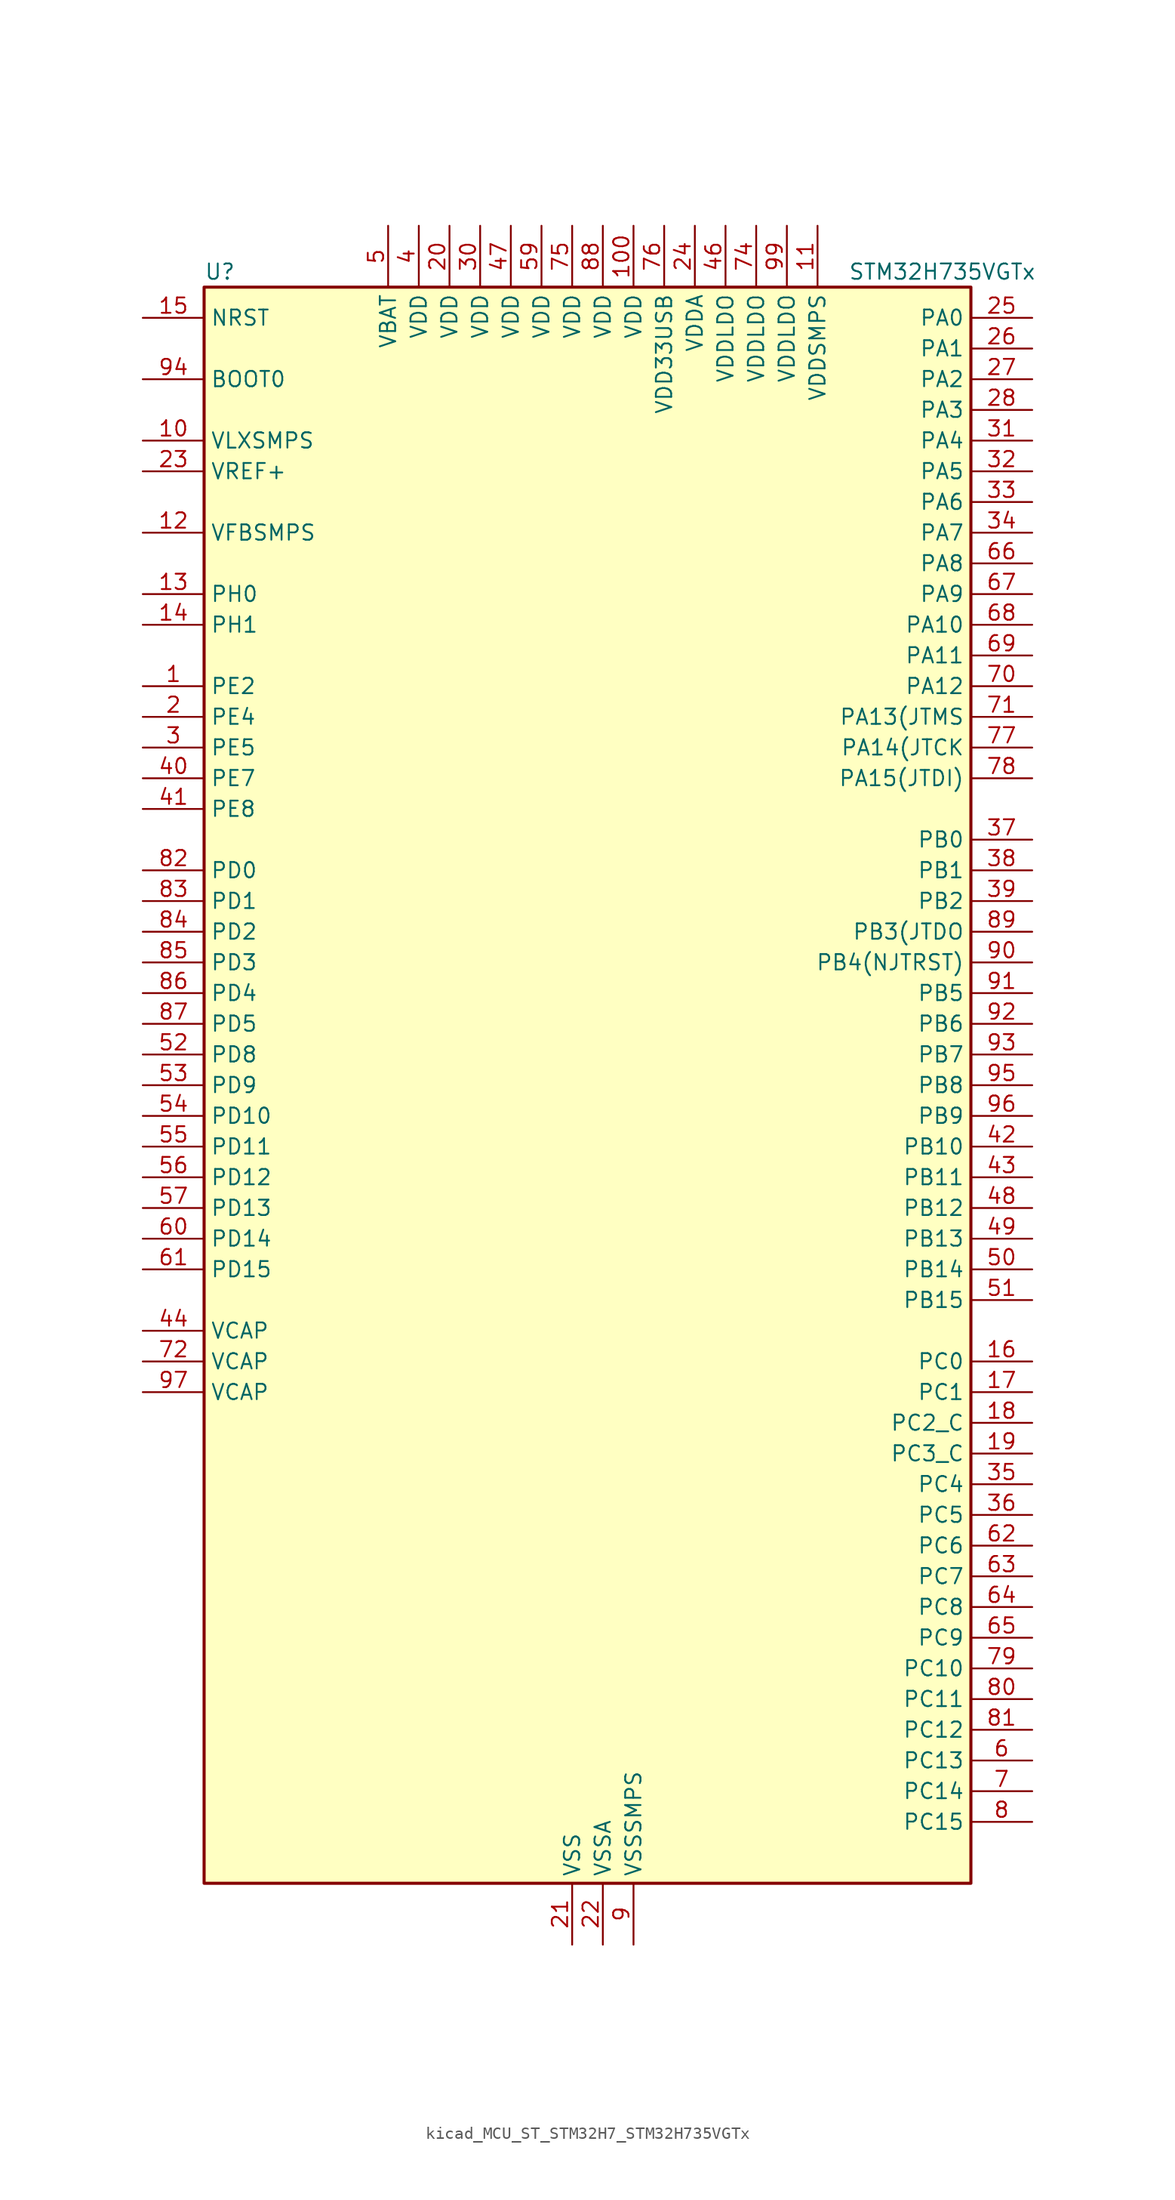
<source format=kicad_sym>
(kicad_symbol_lib
  (version 20220914)
  (generator kicad_symbol_editor)
  (symbol "kicad_MCU_ST_STM32H7_STM32H735VGTx"
    (property "Reference" "U"
      (at -30.48 67.31 0)
      (effects (font (size 1.27 1.27)) (justify left)))
    (property "Value" "STM32H735VGTx"
      (at 22.86 67.31 0)
      (effects (font (size 1.27 1.27)) (justify left)))
    (property "ki_locked" ""
      (at 0 0 0)
      (effects (font (size 1.27 1.27))))
    (symbol "kicad_MCU_ST_STM32H7_STM32H735VGTx_0_1"
      (rectangle (start -30.48 -66.04) (end 33.02 66.04) (stroke (width 0.254) (type default)) (fill (type background))))
    (symbol "kicad_MCU_ST_STM32H7_STM32H735VGTx_1_1"
      (pin bidirectional line (at -35.56 33.02 0) (length 5.08) (name "PE2" (effects (font (size 1.27 1.27)))) (number "1" (effects (font (size 1.27 1.27)))) (alternate "DEBUG_TRACECLK" bidirectional line) (alternate "ETH_TXD3" bidirectional line) (alternate "FMC_A23" bidirectional line) (alternate "OCTOSPIM_P1_IO2" bidirectional line) (alternate "SAI1_CK1" bidirectional line) (alternate "SAI1_MCLK_A" bidirectional line) (alternate "SAI4_CK1" bidirectional line) (alternate "SAI4_MCLK_A" bidirectional line) (alternate "SPI4_SCK" bidirectional line))
      (pin power_in line (at -35.56 53.34 0) (length 5.08) (name "VLXSMPS" (effects (font (size 1.27 1.27)))) (number "10" (effects (font (size 1.27 1.27)))))
      (pin power_in line (at 5.08 71.12 270) (length 5.08) (name "VDD" (effects (font (size 1.27 1.27)))) (number "100" (effects (font (size 1.27 1.27)))))
      (pin power_in line (at 20.32 71.12 270) (length 5.08) (name "VDDSMPS" (effects (font (size 1.27 1.27)))) (number "11" (effects (font (size 1.27 1.27)))))
      (pin input line (at -35.56 45.72 0) (length 5.08) (name "VFBSMPS" (effects (font (size 1.27 1.27)))) (number "12" (effects (font (size 1.27 1.27)))))
      (pin bidirectional line (at -35.56 40.64 0) (length 5.08) (name "PH0" (effects (font (size 1.27 1.27)))) (number "13" (effects (font (size 1.27 1.27)))) (alternate "RCC_OSC_IN" bidirectional line))
      (pin bidirectional line (at -35.56 38.1 0) (length 5.08) (name "PH1" (effects (font (size 1.27 1.27)))) (number "14" (effects (font (size 1.27 1.27)))) (alternate "RCC_OSC_OUT" bidirectional line))
      (pin input line (at -35.56 63.5 0) (length 5.08) (name "NRST" (effects (font (size 1.27 1.27)))) (number "15" (effects (font (size 1.27 1.27)))))
      (pin bidirectional line (at 38.1 -22.86 180) (length 5.08) (name "PC0" (effects (font (size 1.27 1.27)))) (number "16" (effects (font (size 1.27 1.27)))) (alternate "ADC1_INP10" bidirectional line) (alternate "ADC2_INP10" bidirectional line) (alternate "ADC3_INP10" bidirectional line) (alternate "DFSDM1_CKIN0" bidirectional line) (alternate "DFSDM1_DATIN4" bidirectional line) (alternate "FMC_A25" bidirectional line) (alternate "FMC_D12" bidirectional line) (alternate "FMC_DA12" bidirectional line) (alternate "FMC_SDNWE" bidirectional line) (alternate "LTDC_G2" bidirectional line) (alternate "LTDC_R5" bidirectional line) (alternate "SAI4_FS_B" bidirectional line) (alternate "USB_OTG_HS_ULPI_STP" bidirectional line))
      (pin bidirectional line (at 38.1 -25.4 180) (length 5.08) (name "PC1" (effects (font (size 1.27 1.27)))) (number "17" (effects (font (size 1.27 1.27)))) (alternate "ADC1_INN10" bidirectional line) (alternate "ADC1_INP11" bidirectional line) (alternate "ADC2_INN10" bidirectional line) (alternate "ADC2_INP11" bidirectional line) (alternate "ADC3_INN10" bidirectional line) (alternate "ADC3_INP11" bidirectional line) (alternate "DEBUG_TRACED0" bidirectional line) (alternate "DFSDM1_CKIN4" bidirectional line) (alternate "DFSDM1_DATIN0" bidirectional line) (alternate "ETH_MDC" bidirectional line) (alternate "I2S2_SDO" bidirectional line) (alternate "LTDC_G5" bidirectional line) (alternate "MDIOS_MDC" bidirectional line) (alternate "OCTOSPIM_P1_IO4" bidirectional line) (alternate "PWR_WKUP6" bidirectional line) (alternate "RTC_TAMP3" bidirectional line) (alternate "SAI1_D1" bidirectional line) (alternate "SAI1_SD_A" bidirectional line) (alternate "SAI4_D1" bidirectional line) (alternate "SAI4_SD_A" bidirectional line) (alternate "SDMMC2_CK" bidirectional line) (alternate "SPI2_MOSI" bidirectional line))
      (pin bidirectional line (at 38.1 -27.94 180) (length 5.08) (name "PC2_C" (effects (font (size 1.27 1.27)))) (number "18" (effects (font (size 1.27 1.27)))) (alternate "ADC3_INN1" bidirectional line) (alternate "ADC3_INP0" bidirectional line) (alternate "DFSDM1_CKIN1" bidirectional line) (alternate "DFSDM1_CKOUT" bidirectional line) (alternate "ETH_TXD2" bidirectional line) (alternate "FMC_SDNE0" bidirectional line) (alternate "I2S2_SDI" bidirectional line) (alternate "OCTOSPIM_P1_IO2" bidirectional line) (alternate "OCTOSPIM_P1_IO5" bidirectional line) (alternate "PWR_CSTOP" bidirectional line) (alternate "SPI2_MISO" bidirectional line) (alternate "USB_OTG_HS_ULPI_DIR" bidirectional line))
      (pin bidirectional line (at 38.1 -30.48 180) (length 5.08) (name "PC3_C" (effects (font (size 1.27 1.27)))) (number "19" (effects (font (size 1.27 1.27)))) (alternate "ADC3_INP1" bidirectional line) (alternate "DFSDM1_DATIN1" bidirectional line) (alternate "ETH_TX_CLK" bidirectional line) (alternate "FMC_SDCKE0" bidirectional line) (alternate "I2S2_SDO" bidirectional line) (alternate "OCTOSPIM_P1_IO0" bidirectional line) (alternate "OCTOSPIM_P1_IO6" bidirectional line) (alternate "PWR_CSLEEP" bidirectional line) (alternate "SPI2_MOSI" bidirectional line) (alternate "USB_OTG_HS_ULPI_NXT" bidirectional line))
      (pin bidirectional line (at -35.56 30.48 0) (length 5.08) (name "PE4" (effects (font (size 1.27 1.27)))) (number "2" (effects (font (size 1.27 1.27)))) (alternate "DCMI_D4" bidirectional line) (alternate "DEBUG_TRACED1" bidirectional line) (alternate "DFSDM1_DATIN3" bidirectional line) (alternate "FMC_A20" bidirectional line) (alternate "LTDC_B0" bidirectional line) (alternate "PSSI_D4" bidirectional line) (alternate "SAI1_D2" bidirectional line) (alternate "SAI1_FS_A" bidirectional line) (alternate "SAI4_D2" bidirectional line) (alternate "SAI4_FS_A" bidirectional line) (alternate "SPI4_NSS" bidirectional line) (alternate "TIM15_CH1N" bidirectional line))
      (pin power_in line (at -10.16 71.12 270) (length 5.08) (name "VDD" (effects (font (size 1.27 1.27)))) (number "20" (effects (font (size 1.27 1.27)))))
      (pin power_in line (at 0 -71.12 90) (length 5.08) (name "VSS" (effects (font (size 1.27 1.27)))) (number "21" (effects (font (size 1.27 1.27)))))
      (pin power_in line (at 2.54 -71.12 90) (length 5.08) (name "VSSA" (effects (font (size 1.27 1.27)))) (number "22" (effects (font (size 1.27 1.27)))))
      (pin input line (at -35.56 50.8 0) (length 5.08) (name "VREF+" (effects (font (size 1.27 1.27)))) (number "23" (effects (font (size 1.27 1.27)))) (alternate "VREFBUF_OUT" bidirectional line))
      (pin power_in line (at 10.16 71.12 270) (length 5.08) (name "VDDA" (effects (font (size 1.27 1.27)))) (number "24" (effects (font (size 1.27 1.27)))))
      (pin bidirectional line (at 38.1 63.5 180) (length 5.08) (name "PA0" (effects (font (size 1.27 1.27)))) (number "25" (effects (font (size 1.27 1.27)))) (alternate "ADC1_INP16" bidirectional line) (alternate "ETH_CRS" bidirectional line) (alternate "FMC_A19" bidirectional line) (alternate "I2S6_WS" bidirectional line) (alternate "PWR_WKUP1" bidirectional line) (alternate "SAI4_SD_B" bidirectional line) (alternate "SDMMC2_CMD" bidirectional line) (alternate "SPI6_NSS" bidirectional line) (alternate "TIM15_BKIN" bidirectional line) (alternate "TIM2_CH1" bidirectional line) (alternate "TIM2_ETR" bidirectional line) (alternate "TIM5_CH1" bidirectional line) (alternate "TIM8_ETR" bidirectional line) (alternate "UART4_TX" bidirectional line) (alternate "USART2_CTS" bidirectional line) (alternate "USART2_NSS" bidirectional line))
      (pin bidirectional line (at 38.1 60.96 180) (length 5.08) (name "PA1" (effects (font (size 1.27 1.27)))) (number "26" (effects (font (size 1.27 1.27)))) (alternate "ADC1_INN16" bidirectional line) (alternate "ADC1_INP17" bidirectional line) (alternate "ETH_REF_CLK" bidirectional line) (alternate "ETH_RX_CLK" bidirectional line) (alternate "LPTIM3_OUT" bidirectional line) (alternate "LTDC_R2" bidirectional line) (alternate "OCTOSPIM_P1_DQS" bidirectional line) (alternate "OCTOSPIM_P1_IO3" bidirectional line) (alternate "SAI4_MCLK_B" bidirectional line) (alternate "TIM15_CH1N" bidirectional line) (alternate "TIM2_CH2" bidirectional line) (alternate "TIM5_CH2" bidirectional line) (alternate "UART4_RX" bidirectional line) (alternate "USART2_DE" bidirectional line) (alternate "USART2_RTS" bidirectional line))
      (pin bidirectional line (at 38.1 58.42 180) (length 5.08) (name "PA2" (effects (font (size 1.27 1.27)))) (number "27" (effects (font (size 1.27 1.27)))) (alternate "ADC1_INP14" bidirectional line) (alternate "ADC2_INP14" bidirectional line) (alternate "ETH_MDIO" bidirectional line) (alternate "LPTIM4_OUT" bidirectional line) (alternate "LTDC_R1" bidirectional line) (alternate "MDIOS_MDIO" bidirectional line) (alternate "OCTOSPIM_P1_IO0" bidirectional line) (alternate "PWR_WKUP2" bidirectional line) (alternate "SAI4_SCK_B" bidirectional line) (alternate "TIM15_CH1" bidirectional line) (alternate "TIM2_CH3" bidirectional line) (alternate "TIM5_CH3" bidirectional line) (alternate "USART2_TX" bidirectional line))
      (pin bidirectional line (at 38.1 55.88 180) (length 5.08) (name "PA3" (effects (font (size 1.27 1.27)))) (number "28" (effects (font (size 1.27 1.27)))) (alternate "ADC1_INP15" bidirectional line) (alternate "ADC2_INP15" bidirectional line) (alternate "ETH_COL" bidirectional line) (alternate "I2S6_MCK" bidirectional line) (alternate "LPTIM5_OUT" bidirectional line) (alternate "LTDC_B2" bidirectional line) (alternate "LTDC_B5" bidirectional line) (alternate "OCTOSPIM_P1_CLK" bidirectional line) (alternate "OCTOSPIM_P1_IO2" bidirectional line) (alternate "TIM15_CH2" bidirectional line) (alternate "TIM2_CH4" bidirectional line) (alternate "TIM5_CH4" bidirectional line) (alternate "USART2_RX" bidirectional line) (alternate "USB_OTG_HS_ULPI_D0" bidirectional line))
      (pin passive line (at 0 -71.12 90) (length 5.08) hide (name "VSS" (effects (font (size 1.27 1.27)))) (number "29" (effects (font (size 1.27 1.27)))))
      (pin bidirectional line (at -35.56 27.94 0) (length 5.08) (name "PE5" (effects (font (size 1.27 1.27)))) (number "3" (effects (font (size 1.27 1.27)))) (alternate "DCMI_D6" bidirectional line) (alternate "DEBUG_TRACED2" bidirectional line) (alternate "DFSDM1_CKIN3" bidirectional line) (alternate "FMC_A21" bidirectional line) (alternate "LTDC_G0" bidirectional line) (alternate "PSSI_D6" bidirectional line) (alternate "SAI1_CK2" bidirectional line) (alternate "SAI1_SCK_A" bidirectional line) (alternate "SAI4_CK2" bidirectional line) (alternate "SAI4_SCK_A" bidirectional line) (alternate "SPI4_MISO" bidirectional line) (alternate "TIM15_CH1" bidirectional line))
      (pin power_in line (at -7.62 71.12 270) (length 5.08) (name "VDD" (effects (font (size 1.27 1.27)))) (number "30" (effects (font (size 1.27 1.27)))))
      (pin bidirectional line (at 38.1 53.34 180) (length 5.08) (name "PA4" (effects (font (size 1.27 1.27)))) (number "31" (effects (font (size 1.27 1.27)))) (alternate "ADC1_INP18" bidirectional line) (alternate "ADC2_INP18" bidirectional line) (alternate "DAC1_OUT1" bidirectional line) (alternate "DCMI_HSYNC" bidirectional line) (alternate "FMC_D8" bidirectional line) (alternate "FMC_DA8" bidirectional line) (alternate "I2S1_WS" bidirectional line) (alternate "I2S3_WS" bidirectional line) (alternate "I2S6_WS" bidirectional line) (alternate "LTDC_VSYNC" bidirectional line) (alternate "PSSI_DE" bidirectional line) (alternate "SPI1_NSS" bidirectional line) (alternate "SPI3_NSS" bidirectional line) (alternate "SPI6_NSS" bidirectional line) (alternate "TIM5_ETR" bidirectional line) (alternate "USART2_CK" bidirectional line))
      (pin bidirectional line (at 38.1 50.8 180) (length 5.08) (name "PA5" (effects (font (size 1.27 1.27)))) (number "32" (effects (font (size 1.27 1.27)))) (alternate "ADC1_INN18" bidirectional line) (alternate "ADC1_INP19" bidirectional line) (alternate "ADC2_INN18" bidirectional line) (alternate "ADC2_INP19" bidirectional line) (alternate "DAC1_OUT2" bidirectional line) (alternate "FMC_D9" bidirectional line) (alternate "FMC_DA9" bidirectional line) (alternate "I2S1_CK" bidirectional line) (alternate "I2S6_CK" bidirectional line) (alternate "LTDC_R4" bidirectional line) (alternate "PSSI_D14" bidirectional line) (alternate "PWR_NDSTOP2" bidirectional line) (alternate "SPI1_SCK" bidirectional line) (alternate "SPI6_SCK" bidirectional line) (alternate "TIM2_CH1" bidirectional line) (alternate "TIM2_ETR" bidirectional line) (alternate "TIM8_CH1N" bidirectional line) (alternate "USB_OTG_HS_ULPI_CK" bidirectional line))
      (pin bidirectional line (at 38.1 48.26 180) (length 5.08) (name "PA6" (effects (font (size 1.27 1.27)))) (number "33" (effects (font (size 1.27 1.27)))) (alternate "ADC1_INP3" bidirectional line) (alternate "ADC2_INP3" bidirectional line) (alternate "DCMI_PIXCLK" bidirectional line) (alternate "I2S1_SDI" bidirectional line) (alternate "I2S6_SDI" bidirectional line) (alternate "LTDC_G2" bidirectional line) (alternate "MDIOS_MDC" bidirectional line) (alternate "OCTOSPIM_P1_IO3" bidirectional line) (alternate "PSSI_PDCK" bidirectional line) (alternate "SPI1_MISO" bidirectional line) (alternate "SPI6_MISO" bidirectional line) (alternate "TIM13_CH1" bidirectional line) (alternate "TIM1_BKIN" bidirectional line) (alternate "TIM1_BKIN_COMP1" bidirectional line) (alternate "TIM1_BKIN_COMP2" bidirectional line) (alternate "TIM3_CH1" bidirectional line) (alternate "TIM8_BKIN" bidirectional line) (alternate "TIM8_BKIN_COMP1" bidirectional line) (alternate "TIM8_BKIN_COMP2" bidirectional line))
      (pin bidirectional line (at 38.1 45.72 180) (length 5.08) (name "PA7" (effects (font (size 1.27 1.27)))) (number "34" (effects (font (size 1.27 1.27)))) (alternate "ADC1_INN3" bidirectional line) (alternate "ADC1_INP7" bidirectional line) (alternate "ADC2_INN3" bidirectional line) (alternate "ADC2_INP7" bidirectional line) (alternate "ETH_CRS_DV" bidirectional line) (alternate "ETH_RX_DV" bidirectional line) (alternate "FMC_SDNWE" bidirectional line) (alternate "I2S1_SDO" bidirectional line) (alternate "I2S6_SDO" bidirectional line) (alternate "LTDC_VSYNC" bidirectional line) (alternate "OCTOSPIM_P1_IO2" bidirectional line) (alternate "OPAMP1_VINM" bidirectional line) (alternate "SPI1_MOSI" bidirectional line) (alternate "SPI6_MOSI" bidirectional line) (alternate "TIM14_CH1" bidirectional line) (alternate "TIM1_CH1N" bidirectional line) (alternate "TIM3_CH2" bidirectional line) (alternate "TIM8_CH1N" bidirectional line))
      (pin bidirectional line (at 38.1 -33.02 180) (length 5.08) (name "PC4" (effects (font (size 1.27 1.27)))) (number "35" (effects (font (size 1.27 1.27)))) (alternate "ADC1_INP4" bidirectional line) (alternate "ADC2_INP4" bidirectional line) (alternate "COMP1_INM" bidirectional line) (alternate "DFSDM1_CKIN2" bidirectional line) (alternate "ETH_RXD0" bidirectional line) (alternate "FMC_A22" bidirectional line) (alternate "FMC_SDNE0" bidirectional line) (alternate "I2S1_MCK" bidirectional line) (alternate "LTDC_R7" bidirectional line) (alternate "OPAMP1_VOUT" bidirectional line) (alternate "SDMMC2_CKIN" bidirectional line) (alternate "SPDIFRX1_IN2" bidirectional line))
      (pin bidirectional line (at 38.1 -35.56 180) (length 5.08) (name "PC5" (effects (font (size 1.27 1.27)))) (number "36" (effects (font (size 1.27 1.27)))) (alternate "ADC1_INN4" bidirectional line) (alternate "ADC1_INP8" bidirectional line) (alternate "ADC2_INN4" bidirectional line) (alternate "ADC2_INP8" bidirectional line) (alternate "COMP1_OUT" bidirectional line) (alternate "DFSDM1_DATIN2" bidirectional line) (alternate "ETH_RXD1" bidirectional line) (alternate "FMC_SDCKE0" bidirectional line) (alternate "LTDC_DE" bidirectional line) (alternate "OCTOSPIM_P1_DQS" bidirectional line) (alternate "OPAMP1_VINM" bidirectional line) (alternate "PSSI_D15" bidirectional line) (alternate "SAI1_D3" bidirectional line) (alternate "SAI4_D3" bidirectional line) (alternate "SPDIFRX1_IN3" bidirectional line))
      (pin bidirectional line (at 38.1 20.32 180) (length 5.08) (name "PB0" (effects (font (size 1.27 1.27)))) (number "37" (effects (font (size 1.27 1.27)))) (alternate "ADC1_INN5" bidirectional line) (alternate "ADC1_INP9" bidirectional line) (alternate "ADC2_INN5" bidirectional line) (alternate "ADC2_INP9" bidirectional line) (alternate "COMP1_INP" bidirectional line) (alternate "DFSDM1_CKOUT" bidirectional line) (alternate "ETH_RXD2" bidirectional line) (alternate "LTDC_G1" bidirectional line) (alternate "LTDC_R3" bidirectional line) (alternate "OCTOSPIM_P1_IO1" bidirectional line) (alternate "OPAMP1_VINP" bidirectional line) (alternate "TIM1_CH2N" bidirectional line) (alternate "TIM3_CH3" bidirectional line) (alternate "TIM8_CH2N" bidirectional line) (alternate "UART4_CTS" bidirectional line) (alternate "USB_OTG_HS_ULPI_D1" bidirectional line))
      (pin bidirectional line (at 38.1 17.78 180) (length 5.08) (name "PB1" (effects (font (size 1.27 1.27)))) (number "38" (effects (font (size 1.27 1.27)))) (alternate "ADC1_INP5" bidirectional line) (alternate "ADC2_INP5" bidirectional line) (alternate "COMP1_INM" bidirectional line) (alternate "DFSDM1_DATIN1" bidirectional line) (alternate "ETH_RXD3" bidirectional line) (alternate "LTDC_G0" bidirectional line) (alternate "LTDC_R6" bidirectional line) (alternate "OCTOSPIM_P1_IO0" bidirectional line) (alternate "TIM1_CH3N" bidirectional line) (alternate "TIM3_CH4" bidirectional line) (alternate "TIM8_CH3N" bidirectional line) (alternate "USB_OTG_HS_ULPI_D2" bidirectional line))
      (pin bidirectional line (at 38.1 15.24 180) (length 5.08) (name "PB2" (effects (font (size 1.27 1.27)))) (number "39" (effects (font (size 1.27 1.27)))) (alternate "COMP1_INP" bidirectional line) (alternate "DFSDM1_CKIN1" bidirectional line) (alternate "ETH_TX_ER" bidirectional line) (alternate "I2S3_SDO" bidirectional line) (alternate "OCTOSPIM_P1_CLK" bidirectional line) (alternate "OCTOSPIM_P1_DQS" bidirectional line) (alternate "RTC_OUT_ALARM" bidirectional line) (alternate "RTC_OUT_CALIB" bidirectional line) (alternate "SAI1_D1" bidirectional line) (alternate "SAI1_SD_A" bidirectional line) (alternate "SAI4_D1" bidirectional line) (alternate "SAI4_SD_A" bidirectional line) (alternate "SPI3_MOSI" bidirectional line) (alternate "TIM23_ETR" bidirectional line))
      (pin power_in line (at -12.7 71.12 270) (length 5.08) (name "VDD" (effects (font (size 1.27 1.27)))) (number "4" (effects (font (size 1.27 1.27)))))
      (pin bidirectional line (at -35.56 25.4 0) (length 5.08) (name "PE7" (effects (font (size 1.27 1.27)))) (number "40" (effects (font (size 1.27 1.27)))) (alternate "COMP2_INM" bidirectional line) (alternate "DFSDM1_DATIN2" bidirectional line) (alternate "FMC_D4" bidirectional line) (alternate "FMC_DA4" bidirectional line) (alternate "OCTOSPIM_P1_IO4" bidirectional line) (alternate "OPAMP2_VOUT" bidirectional line) (alternate "TIM1_ETR" bidirectional line) (alternate "UART7_RX" bidirectional line))
      (pin bidirectional line (at -35.56 22.86 0) (length 5.08) (name "PE8" (effects (font (size 1.27 1.27)))) (number "41" (effects (font (size 1.27 1.27)))) (alternate "COMP2_OUT" bidirectional line) (alternate "DFSDM1_CKIN2" bidirectional line) (alternate "FMC_D5" bidirectional line) (alternate "FMC_DA5" bidirectional line) (alternate "OCTOSPIM_P1_IO5" bidirectional line) (alternate "OPAMP2_VINM" bidirectional line) (alternate "TIM1_CH1N" bidirectional line) (alternate "UART7_TX" bidirectional line))
      (pin bidirectional line (at 38.1 -5.08 180) (length 5.08) (name "PB10" (effects (font (size 1.27 1.27)))) (number "42" (effects (font (size 1.27 1.27)))) (alternate "DFSDM1_DATIN7" bidirectional line) (alternate "ETH_RX_ER" bidirectional line) (alternate "I2C2_SCL" bidirectional line) (alternate "I2S2_CK" bidirectional line) (alternate "LPTIM2_IN1" bidirectional line) (alternate "LTDC_G4" bidirectional line) (alternate "OCTOSPIM_P1_NCS" bidirectional line) (alternate "SPI2_SCK" bidirectional line) (alternate "TIM2_CH3" bidirectional line) (alternate "USART3_TX" bidirectional line) (alternate "USB_OTG_HS_ULPI_D3" bidirectional line))
      (pin bidirectional line (at 38.1 -7.62 180) (length 5.08) (name "PB11" (effects (font (size 1.27 1.27)))) (number "43" (effects (font (size 1.27 1.27)))) (alternate "ADC1_EXTI11" bidirectional line) (alternate "ADC2_EXTI11" bidirectional line) (alternate "ADC3_EXTI11" bidirectional line) (alternate "DFSDM1_CKIN7" bidirectional line) (alternate "ETH_TX_EN" bidirectional line) (alternate "I2C2_SDA" bidirectional line) (alternate "LPTIM2_ETR" bidirectional line) (alternate "LTDC_G5" bidirectional line) (alternate "TIM2_CH4" bidirectional line) (alternate "USART3_RX" bidirectional line) (alternate "USB_OTG_HS_ULPI_D4" bidirectional line))
      (pin power_out line (at -35.56 -20.32 0) (length 5.08) (name "VCAP" (effects (font (size 1.27 1.27)))) (number "44" (effects (font (size 1.27 1.27)))))
      (pin passive line (at 0 -71.12 90) (length 5.08) hide (name "VSS" (effects (font (size 1.27 1.27)))) (number "45" (effects (font (size 1.27 1.27)))))
      (pin power_in line (at 12.7 71.12 270) (length 5.08) (name "VDDLDO" (effects (font (size 1.27 1.27)))) (number "46" (effects (font (size 1.27 1.27)))))
      (pin power_in line (at -5.08 71.12 270) (length 5.08) (name "VDD" (effects (font (size 1.27 1.27)))) (number "47" (effects (font (size 1.27 1.27)))))
      (pin bidirectional line (at 38.1 -10.16 180) (length 5.08) (name "PB12" (effects (font (size 1.27 1.27)))) (number "48" (effects (font (size 1.27 1.27)))) (alternate "DFSDM1_DATIN1" bidirectional line) (alternate "ETH_TXD0" bidirectional line) (alternate "FDCAN2_RX" bidirectional line) (alternate "I2C2_SMBA" bidirectional line) (alternate "I2S2_WS" bidirectional line) (alternate "OCTOSPIM_P1_IO0" bidirectional line) (alternate "OCTOSPIM_P1_NCLK" bidirectional line) (alternate "SPI2_NSS" bidirectional line) (alternate "TIM1_BKIN" bidirectional line) (alternate "TIM1_BKIN_COMP1" bidirectional line) (alternate "TIM1_BKIN_COMP2" bidirectional line) (alternate "UART5_RX" bidirectional line) (alternate "USART3_CK" bidirectional line) (alternate "USB_OTG_HS_ULPI_D5" bidirectional line))
      (pin bidirectional line (at 38.1 -12.7 180) (length 5.08) (name "PB13" (effects (font (size 1.27 1.27)))) (number "49" (effects (font (size 1.27 1.27)))) (alternate "DCMI_D2" bidirectional line) (alternate "DFSDM1_CKIN1" bidirectional line) (alternate "ETH_TXD1" bidirectional line) (alternate "FDCAN2_TX" bidirectional line) (alternate "I2S2_CK" bidirectional line) (alternate "LPTIM2_OUT" bidirectional line) (alternate "OCTOSPIM_P1_IO2" bidirectional line) (alternate "PSSI_D2" bidirectional line) (alternate "SDMMC1_D0" bidirectional line) (alternate "SPI2_SCK" bidirectional line) (alternate "TIM1_CH1N" bidirectional line) (alternate "UART5_TX" bidirectional line) (alternate "USART3_CTS" bidirectional line) (alternate "USART3_NSS" bidirectional line) (alternate "USB_OTG_HS_ULPI_D6" bidirectional line))
      (pin power_in line (at -15.24 71.12 270) (length 5.08) (name "VBAT" (effects (font (size 1.27 1.27)))) (number "5" (effects (font (size 1.27 1.27)))))
      (pin bidirectional line (at 38.1 -15.24 180) (length 5.08) (name "PB14" (effects (font (size 1.27 1.27)))) (number "50" (effects (font (size 1.27 1.27)))) (alternate "DFSDM1_DATIN2" bidirectional line) (alternate "FMC_D10" bidirectional line) (alternate "FMC_DA10" bidirectional line) (alternate "I2S2_SDI" bidirectional line) (alternate "LTDC_CLK" bidirectional line) (alternate "SDMMC2_D0" bidirectional line) (alternate "SPI2_MISO" bidirectional line) (alternate "TIM12_CH1" bidirectional line) (alternate "TIM1_CH2N" bidirectional line) (alternate "TIM8_CH2N" bidirectional line) (alternate "UART4_DE" bidirectional line) (alternate "UART4_RTS" bidirectional line) (alternate "USART1_TX" bidirectional line) (alternate "USART3_DE" bidirectional line) (alternate "USART3_RTS" bidirectional line))
      (pin bidirectional line (at 38.1 -17.78 180) (length 5.08) (name "PB15" (effects (font (size 1.27 1.27)))) (number "51" (effects (font (size 1.27 1.27)))) (alternate "ADC1_EXTI15" bidirectional line) (alternate "ADC2_EXTI15" bidirectional line) (alternate "ADC3_EXTI15" bidirectional line) (alternate "DFSDM1_CKIN2" bidirectional line) (alternate "FMC_D11" bidirectional line) (alternate "FMC_DA11" bidirectional line) (alternate "I2S2_SDO" bidirectional line) (alternate "LTDC_G7" bidirectional line) (alternate "RTC_REFIN" bidirectional line) (alternate "SDMMC2_D1" bidirectional line) (alternate "SPI2_MOSI" bidirectional line) (alternate "TIM12_CH2" bidirectional line) (alternate "TIM1_CH3N" bidirectional line) (alternate "TIM8_CH3N" bidirectional line) (alternate "UART4_CTS" bidirectional line) (alternate "USART1_RX" bidirectional line))
      (pin bidirectional line (at -35.56 2.54 0) (length 5.08) (name "PD8" (effects (font (size 1.27 1.27)))) (number "52" (effects (font (size 1.27 1.27)))) (alternate "DFSDM1_CKIN3" bidirectional line) (alternate "FMC_D13" bidirectional line) (alternate "FMC_DA13" bidirectional line) (alternate "SPDIFRX1_IN1" bidirectional line) (alternate "USART3_TX" bidirectional line))
      (pin bidirectional line (at -35.56 0 0) (length 5.08) (name "PD9" (effects (font (size 1.27 1.27)))) (number "53" (effects (font (size 1.27 1.27)))) (alternate "DAC1_EXTI9" bidirectional line) (alternate "DFSDM1_DATIN3" bidirectional line) (alternate "FMC_D14" bidirectional line) (alternate "FMC_DA14" bidirectional line) (alternate "USART3_RX" bidirectional line))
      (pin bidirectional line (at -35.56 -2.54 0) (length 5.08) (name "PD10" (effects (font (size 1.27 1.27)))) (number "54" (effects (font (size 1.27 1.27)))) (alternate "DFSDM1_CKOUT" bidirectional line) (alternate "FMC_D15" bidirectional line) (alternate "FMC_DA15" bidirectional line) (alternate "LTDC_B3" bidirectional line) (alternate "USART3_CK" bidirectional line))
      (pin bidirectional line (at -35.56 -5.08 0) (length 5.08) (name "PD11" (effects (font (size 1.27 1.27)))) (number "55" (effects (font (size 1.27 1.27)))) (alternate "ADC1_EXTI11" bidirectional line) (alternate "ADC2_EXTI11" bidirectional line) (alternate "ADC3_EXTI11" bidirectional line) (alternate "FMC_A16" bidirectional line) (alternate "FMC_CLE" bidirectional line) (alternate "I2C4_SMBA" bidirectional line) (alternate "LPTIM2_IN2" bidirectional line) (alternate "OCTOSPIM_P1_IO0" bidirectional line) (alternate "SAI4_SD_A" bidirectional line) (alternate "USART3_CTS" bidirectional line) (alternate "USART3_NSS" bidirectional line))
      (pin bidirectional line (at -35.56 -7.62 0) (length 5.08) (name "PD12" (effects (font (size 1.27 1.27)))) (number "56" (effects (font (size 1.27 1.27)))) (alternate "DCMI_D12" bidirectional line) (alternate "FDCAN3_RX" bidirectional line) (alternate "FMC_A17" bidirectional line) (alternate "FMC_ALE" bidirectional line) (alternate "I2C4_SCL" bidirectional line) (alternate "LPTIM1_IN1" bidirectional line) (alternate "LPTIM2_IN1" bidirectional line) (alternate "OCTOSPIM_P1_IO1" bidirectional line) (alternate "PSSI_D12" bidirectional line) (alternate "SAI4_FS_A" bidirectional line) (alternate "TIM4_CH1" bidirectional line) (alternate "USART3_DE" bidirectional line) (alternate "USART3_RTS" bidirectional line))
      (pin bidirectional line (at -35.56 -10.16 0) (length 5.08) (name "PD13" (effects (font (size 1.27 1.27)))) (number "57" (effects (font (size 1.27 1.27)))) (alternate "DCMI_D13" bidirectional line) (alternate "FDCAN3_TX" bidirectional line) (alternate "FMC_A18" bidirectional line) (alternate "I2C4_SDA" bidirectional line) (alternate "LPTIM1_OUT" bidirectional line) (alternate "OCTOSPIM_P1_IO3" bidirectional line) (alternate "PSSI_D13" bidirectional line) (alternate "SAI4_SCK_A" bidirectional line) (alternate "TIM4_CH2" bidirectional line) (alternate "UART9_DE" bidirectional line) (alternate "UART9_RTS" bidirectional line))
      (pin passive line (at 0 -71.12 90) (length 5.08) hide (name "VSS" (effects (font (size 1.27 1.27)))) (number "58" (effects (font (size 1.27 1.27)))))
      (pin power_in line (at -2.54 71.12 270) (length 5.08) (name "VDD" (effects (font (size 1.27 1.27)))) (number "59" (effects (font (size 1.27 1.27)))))
      (pin bidirectional line (at 38.1 -55.88 180) (length 5.08) (name "PC13" (effects (font (size 1.27 1.27)))) (number "6" (effects (font (size 1.27 1.27)))) (alternate "PWR_WKUP4" bidirectional line) (alternate "RTC_OUT_ALARM" bidirectional line) (alternate "RTC_OUT_CALIB" bidirectional line) (alternate "RTC_TAMP1" bidirectional line) (alternate "RTC_TS" bidirectional line))
      (pin bidirectional line (at -35.56 -12.7 0) (length 5.08) (name "PD14" (effects (font (size 1.27 1.27)))) (number "60" (effects (font (size 1.27 1.27)))) (alternate "FMC_D0" bidirectional line) (alternate "FMC_DA0" bidirectional line) (alternate "TIM4_CH3" bidirectional line) (alternate "UART9_RX" bidirectional line))
      (pin bidirectional line (at -35.56 -15.24 0) (length 5.08) (name "PD15" (effects (font (size 1.27 1.27)))) (number "61" (effects (font (size 1.27 1.27)))) (alternate "ADC1_EXTI15" bidirectional line) (alternate "ADC2_EXTI15" bidirectional line) (alternate "ADC3_EXTI15" bidirectional line) (alternate "FMC_D1" bidirectional line) (alternate "FMC_DA1" bidirectional line) (alternate "TIM4_CH4" bidirectional line) (alternate "UART9_TX" bidirectional line))
      (pin bidirectional line (at 38.1 -38.1 180) (length 5.08) (name "PC6" (effects (font (size 1.27 1.27)))) (number "62" (effects (font (size 1.27 1.27)))) (alternate "DCMI_D0" bidirectional line) (alternate "DFSDM1_CKIN3" bidirectional line) (alternate "FMC_NWAIT" bidirectional line) (alternate "I2S2_MCK" bidirectional line) (alternate "LTDC_HSYNC" bidirectional line) (alternate "PSSI_D0" bidirectional line) (alternate "SDMMC1_D0DIR" bidirectional line) (alternate "SDMMC1_D6" bidirectional line) (alternate "SDMMC2_D6" bidirectional line) (alternate "SWPMI1_IO" bidirectional line) (alternate "TIM3_CH1" bidirectional line) (alternate "TIM8_CH1" bidirectional line) (alternate "USART6_TX" bidirectional line))
      (pin bidirectional line (at 38.1 -40.64 180) (length 5.08) (name "PC7" (effects (font (size 1.27 1.27)))) (number "63" (effects (font (size 1.27 1.27)))) (alternate "DCMI_D1" bidirectional line) (alternate "DEBUG_TRGIO" bidirectional line) (alternate "DFSDM1_DATIN3" bidirectional line) (alternate "FMC_NE1" bidirectional line) (alternate "I2S3_MCK" bidirectional line) (alternate "LTDC_G6" bidirectional line) (alternate "PSSI_D1" bidirectional line) (alternate "SDMMC1_D123DIR" bidirectional line) (alternate "SDMMC1_D7" bidirectional line) (alternate "SDMMC2_D7" bidirectional line) (alternate "SWPMI1_TX" bidirectional line) (alternate "TIM3_CH2" bidirectional line) (alternate "TIM8_CH2" bidirectional line) (alternate "USART6_RX" bidirectional line))
      (pin bidirectional line (at 38.1 -43.18 180) (length 5.08) (name "PC8" (effects (font (size 1.27 1.27)))) (number "64" (effects (font (size 1.27 1.27)))) (alternate "DCMI_D2" bidirectional line) (alternate "DEBUG_TRACED1" bidirectional line) (alternate "FMC_INT" bidirectional line) (alternate "FMC_NCE" bidirectional line) (alternate "FMC_NE2" bidirectional line) (alternate "PSSI_D2" bidirectional line) (alternate "SDMMC1_D0" bidirectional line) (alternate "SWPMI1_RX" bidirectional line) (alternate "TIM3_CH3" bidirectional line) (alternate "TIM8_CH3" bidirectional line) (alternate "UART5_DE" bidirectional line) (alternate "UART5_RTS" bidirectional line) (alternate "USART6_CK" bidirectional line))
      (pin bidirectional line (at 38.1 -45.72 180) (length 5.08) (name "PC9" (effects (font (size 1.27 1.27)))) (number "65" (effects (font (size 1.27 1.27)))) (alternate "DAC1_EXTI9" bidirectional line) (alternate "DCMI_D3" bidirectional line) (alternate "I2C3_SDA" bidirectional line) (alternate "I2C5_SDA" bidirectional line) (alternate "I2S_CKIN" bidirectional line) (alternate "LTDC_B2" bidirectional line) (alternate "LTDC_G3" bidirectional line) (alternate "OCTOSPIM_P1_IO0" bidirectional line) (alternate "PSSI_D3" bidirectional line) (alternate "RCC_MCO_2" bidirectional line) (alternate "SDMMC1_D1" bidirectional line) (alternate "SWPMI1_SUSPEND" bidirectional line) (alternate "TIM3_CH4" bidirectional line) (alternate "TIM8_CH4" bidirectional line) (alternate "UART5_CTS" bidirectional line))
      (pin bidirectional line (at 38.1 43.18 180) (length 5.08) (name "PA8" (effects (font (size 1.27 1.27)))) (number "66" (effects (font (size 1.27 1.27)))) (alternate "I2C3_SCL" bidirectional line) (alternate "I2C5_SCL" bidirectional line) (alternate "LTDC_B3" bidirectional line) (alternate "LTDC_R6" bidirectional line) (alternate "RCC_MCO_1" bidirectional line) (alternate "TIM1_CH1" bidirectional line) (alternate "TIM8_BKIN2" bidirectional line) (alternate "TIM8_BKIN2_COMP1" bidirectional line) (alternate "TIM8_BKIN2_COMP2" bidirectional line) (alternate "UART7_RX" bidirectional line) (alternate "USART1_CK" bidirectional line) (alternate "USB_OTG_HS_SOF" bidirectional line))
      (pin bidirectional line (at 38.1 40.64 180) (length 5.08) (name "PA9" (effects (font (size 1.27 1.27)))) (number "67" (effects (font (size 1.27 1.27)))) (alternate "DAC1_EXTI9" bidirectional line) (alternate "DCMI_D0" bidirectional line) (alternate "ETH_TX_ER" bidirectional line) (alternate "I2C3_SMBA" bidirectional line) (alternate "I2C5_SMBA" bidirectional line) (alternate "I2S2_CK" bidirectional line) (alternate "LPUART1_TX" bidirectional line) (alternate "LTDC_R5" bidirectional line) (alternate "PSSI_D0" bidirectional line) (alternate "SPI2_SCK" bidirectional line) (alternate "TIM1_CH2" bidirectional line) (alternate "USART1_TX" bidirectional line) (alternate "USB_OTG_HS_VBUS" bidirectional line))
      (pin bidirectional line (at 38.1 38.1 180) (length 5.08) (name "PA10" (effects (font (size 1.27 1.27)))) (number "68" (effects (font (size 1.27 1.27)))) (alternate "DCMI_D1" bidirectional line) (alternate "LPUART1_RX" bidirectional line) (alternate "LTDC_B1" bidirectional line) (alternate "LTDC_B4" bidirectional line) (alternate "MDIOS_MDIO" bidirectional line) (alternate "PSSI_D1" bidirectional line) (alternate "TIM1_CH3" bidirectional line) (alternate "USART1_RX" bidirectional line) (alternate "USB_OTG_HS_ID" bidirectional line))
      (pin bidirectional line (at 38.1 35.56 180) (length 5.08) (name "PA11" (effects (font (size 1.27 1.27)))) (number "69" (effects (font (size 1.27 1.27)))) (alternate "ADC1_EXTI11" bidirectional line) (alternate "ADC2_EXTI11" bidirectional line) (alternate "ADC3_EXTI11" bidirectional line) (alternate "FDCAN1_RX" bidirectional line) (alternate "I2S2_WS" bidirectional line) (alternate "LPUART1_CTS" bidirectional line) (alternate "LTDC_R4" bidirectional line) (alternate "SPI2_NSS" bidirectional line) (alternate "TIM1_CH4" bidirectional line) (alternate "UART4_RX" bidirectional line) (alternate "USART1_CTS" bidirectional line) (alternate "USART1_NSS" bidirectional line) (alternate "USB_OTG_HS_DM" bidirectional line))
      (pin bidirectional line (at 38.1 -58.42 180) (length 5.08) (name "PC14" (effects (font (size 1.27 1.27)))) (number "7" (effects (font (size 1.27 1.27)))) (alternate "RCC_OSC32_IN" bidirectional line))
      (pin bidirectional line (at 38.1 33.02 180) (length 5.08) (name "PA12" (effects (font (size 1.27 1.27)))) (number "70" (effects (font (size 1.27 1.27)))) (alternate "FDCAN1_TX" bidirectional line) (alternate "I2S2_CK" bidirectional line) (alternate "LPUART1_DE" bidirectional line) (alternate "LPUART1_RTS" bidirectional line) (alternate "LTDC_R5" bidirectional line) (alternate "SAI4_FS_B" bidirectional line) (alternate "SPI2_SCK" bidirectional line) (alternate "TIM1_BKIN2" bidirectional line) (alternate "TIM1_ETR" bidirectional line) (alternate "UART4_TX" bidirectional line) (alternate "USART1_DE" bidirectional line) (alternate "USART1_RTS" bidirectional line) (alternate "USB_OTG_HS_DP" bidirectional line))
      (pin bidirectional line (at 38.1 30.48 180) (length 5.08) (name "PA13(JTMS" (effects (font (size 1.27 1.27)))) (number "71" (effects (font (size 1.27 1.27)))) (alternate "DEBUG_JTMS-SWDIO" bidirectional line))
      (pin power_out line (at -35.56 -22.86 0) (length 5.08) (name "VCAP" (effects (font (size 1.27 1.27)))) (number "72" (effects (font (size 1.27 1.27)))))
      (pin passive line (at 0 -71.12 90) (length 5.08) hide (name "VSS" (effects (font (size 1.27 1.27)))) (number "73" (effects (font (size 1.27 1.27)))))
      (pin power_in line (at 15.24 71.12 270) (length 5.08) (name "VDDLDO" (effects (font (size 1.27 1.27)))) (number "74" (effects (font (size 1.27 1.27)))))
      (pin power_in line (at 0 71.12 270) (length 5.08) (name "VDD" (effects (font (size 1.27 1.27)))) (number "75" (effects (font (size 1.27 1.27)))))
      (pin power_in line (at 7.62 71.12 270) (length 5.08) (name "VDD33USB" (effects (font (size 1.27 1.27)))) (number "76" (effects (font (size 1.27 1.27)))))
      (pin bidirectional line (at 38.1 27.94 180) (length 5.08) (name "PA14(JTCK" (effects (font (size 1.27 1.27)))) (number "77" (effects (font (size 1.27 1.27)))) (alternate "DEBUG_JTCK-SWCLK" bidirectional line))
      (pin bidirectional line (at 38.1 25.4 180) (length 5.08) (name "PA15(JTDI)" (effects (font (size 1.27 1.27)))) (number "78" (effects (font (size 1.27 1.27)))) (alternate "ADC1_EXTI15" bidirectional line) (alternate "ADC2_EXTI15" bidirectional line) (alternate "ADC3_EXTI15" bidirectional line) (alternate "CEC" bidirectional line) (alternate "DEBUG_JTDI" bidirectional line) (alternate "I2S1_WS" bidirectional line) (alternate "I2S3_WS" bidirectional line) (alternate "I2S6_WS" bidirectional line) (alternate "LTDC_B6" bidirectional line) (alternate "LTDC_R3" bidirectional line) (alternate "SPI1_NSS" bidirectional line) (alternate "SPI3_NSS" bidirectional line) (alternate "SPI6_NSS" bidirectional line) (alternate "TIM2_CH1" bidirectional line) (alternate "TIM2_ETR" bidirectional line) (alternate "UART4_DE" bidirectional line) (alternate "UART4_RTS" bidirectional line) (alternate "UART7_TX" bidirectional line))
      (pin bidirectional line (at 38.1 -48.26 180) (length 5.08) (name "PC10" (effects (font (size 1.27 1.27)))) (number "79" (effects (font (size 1.27 1.27)))) (alternate "DCMI_D8" bidirectional line) (alternate "DFSDM1_CKIN5" bidirectional line) (alternate "I2C5_SDA" bidirectional line) (alternate "I2S3_CK" bidirectional line) (alternate "LTDC_B1" bidirectional line) (alternate "LTDC_R2" bidirectional line) (alternate "OCTOSPIM_P1_IO1" bidirectional line) (alternate "PSSI_D8" bidirectional line) (alternate "SDMMC1_D2" bidirectional line) (alternate "SPI3_SCK" bidirectional line) (alternate "SWPMI1_RX" bidirectional line) (alternate "UART4_TX" bidirectional line) (alternate "USART3_TX" bidirectional line))
      (pin bidirectional line (at 38.1 -60.96 180) (length 5.08) (name "PC15" (effects (font (size 1.27 1.27)))) (number "8" (effects (font (size 1.27 1.27)))) (alternate "ADC1_EXTI15" bidirectional line) (alternate "ADC2_EXTI15" bidirectional line) (alternate "ADC3_EXTI15" bidirectional line) (alternate "RCC_OSC32_OUT" bidirectional line))
      (pin bidirectional line (at 38.1 -50.8 180) (length 5.08) (name "PC11" (effects (font (size 1.27 1.27)))) (number "80" (effects (font (size 1.27 1.27)))) (alternate "ADC1_EXTI11" bidirectional line) (alternate "ADC2_EXTI11" bidirectional line) (alternate "ADC3_EXTI11" bidirectional line) (alternate "DCMI_D4" bidirectional line) (alternate "DFSDM1_DATIN5" bidirectional line) (alternate "I2C5_SCL" bidirectional line) (alternate "I2S3_SDI" bidirectional line) (alternate "LTDC_B4" bidirectional line) (alternate "OCTOSPIM_P1_NCS" bidirectional line) (alternate "PSSI_D4" bidirectional line) (alternate "SDMMC1_D3" bidirectional line) (alternate "SPI3_MISO" bidirectional line) (alternate "UART4_RX" bidirectional line) (alternate "USART3_RX" bidirectional line))
      (pin bidirectional line (at 38.1 -53.34 180) (length 5.08) (name "PC12" (effects (font (size 1.27 1.27)))) (number "81" (effects (font (size 1.27 1.27)))) (alternate "DCMI_D9" bidirectional line) (alternate "DEBUG_TRACED3" bidirectional line) (alternate "FMC_D6" bidirectional line) (alternate "FMC_DA6" bidirectional line) (alternate "I2C5_SMBA" bidirectional line) (alternate "I2S3_SDO" bidirectional line) (alternate "I2S6_CK" bidirectional line) (alternate "LTDC_R6" bidirectional line) (alternate "PSSI_D9" bidirectional line) (alternate "SDMMC1_CK" bidirectional line) (alternate "SPI3_MOSI" bidirectional line) (alternate "SPI6_SCK" bidirectional line) (alternate "TIM15_CH1" bidirectional line) (alternate "UART5_TX" bidirectional line) (alternate "USART3_CK" bidirectional line))
      (pin bidirectional line (at -35.56 17.78 0) (length 5.08) (name "PD0" (effects (font (size 1.27 1.27)))) (number "82" (effects (font (size 1.27 1.27)))) (alternate "DFSDM1_CKIN6" bidirectional line) (alternate "FDCAN1_RX" bidirectional line) (alternate "FMC_D2" bidirectional line) (alternate "FMC_DA2" bidirectional line) (alternate "LTDC_B1" bidirectional line) (alternate "UART4_RX" bidirectional line) (alternate "UART9_CTS" bidirectional line))
      (pin bidirectional line (at -35.56 15.24 0) (length 5.08) (name "PD1" (effects (font (size 1.27 1.27)))) (number "83" (effects (font (size 1.27 1.27)))) (alternate "DFSDM1_DATIN6" bidirectional line) (alternate "FDCAN1_TX" bidirectional line) (alternate "FMC_D3" bidirectional line) (alternate "FMC_DA3" bidirectional line) (alternate "UART4_TX" bidirectional line))
      (pin bidirectional line (at -35.56 12.7 0) (length 5.08) (name "PD2" (effects (font (size 1.27 1.27)))) (number "84" (effects (font (size 1.27 1.27)))) (alternate "DCMI_D11" bidirectional line) (alternate "DEBUG_TRACED2" bidirectional line) (alternate "FMC_D7" bidirectional line) (alternate "FMC_DA7" bidirectional line) (alternate "LTDC_B2" bidirectional line) (alternate "LTDC_B7" bidirectional line) (alternate "PSSI_D11" bidirectional line) (alternate "SDMMC1_CMD" bidirectional line) (alternate "TIM15_BKIN" bidirectional line) (alternate "TIM3_ETR" bidirectional line) (alternate "UART5_RX" bidirectional line))
      (pin bidirectional line (at -35.56 10.16 0) (length 5.08) (name "PD3" (effects (font (size 1.27 1.27)))) (number "85" (effects (font (size 1.27 1.27)))) (alternate "DCMI_D5" bidirectional line) (alternate "DFSDM1_CKOUT" bidirectional line) (alternate "FMC_CLK" bidirectional line) (alternate "I2S2_CK" bidirectional line) (alternate "LTDC_G7" bidirectional line) (alternate "PSSI_D5" bidirectional line) (alternate "SPI2_SCK" bidirectional line) (alternate "USART2_CTS" bidirectional line) (alternate "USART2_NSS" bidirectional line))
      (pin bidirectional line (at -35.56 7.62 0) (length 5.08) (name "PD4" (effects (font (size 1.27 1.27)))) (number "86" (effects (font (size 1.27 1.27)))) (alternate "FMC_NOE" bidirectional line) (alternate "OCTOSPIM_P1_IO4" bidirectional line) (alternate "USART2_DE" bidirectional line) (alternate "USART2_RTS" bidirectional line))
      (pin bidirectional line (at -35.56 5.08 0) (length 5.08) (name "PD5" (effects (font (size 1.27 1.27)))) (number "87" (effects (font (size 1.27 1.27)))) (alternate "FMC_NWE" bidirectional line) (alternate "OCTOSPIM_P1_IO5" bidirectional line) (alternate "USART2_TX" bidirectional line))
      (pin power_in line (at 2.54 71.12 270) (length 5.08) (name "VDD" (effects (font (size 1.27 1.27)))) (number "88" (effects (font (size 1.27 1.27)))))
      (pin bidirectional line (at 38.1 12.7 180) (length 5.08) (name "PB3(JTDO" (effects (font (size 1.27 1.27)))) (number "89" (effects (font (size 1.27 1.27)))) (alternate "CRS_SYNC" bidirectional line) (alternate "DEBUG_JTDO-SWO" bidirectional line) (alternate "I2S1_CK" bidirectional line) (alternate "I2S3_CK" bidirectional line) (alternate "I2S6_CK" bidirectional line) (alternate "SDMMC2_D2" bidirectional line) (alternate "SPI1_SCK" bidirectional line) (alternate "SPI3_SCK" bidirectional line) (alternate "SPI6_SCK" bidirectional line) (alternate "TIM24_ETR" bidirectional line) (alternate "TIM2_CH2" bidirectional line) (alternate "UART7_RX" bidirectional line))
      (pin power_in line (at 5.08 -71.12 90) (length 5.08) (name "VSSSMPS" (effects (font (size 1.27 1.27)))) (number "9" (effects (font (size 1.27 1.27)))))
      (pin bidirectional line (at 38.1 10.16 180) (length 5.08) (name "PB4(NJTRST)" (effects (font (size 1.27 1.27)))) (number "90" (effects (font (size 1.27 1.27)))) (alternate "DEBUG_JTRST" bidirectional line) (alternate "I2S1_SDI" bidirectional line) (alternate "I2S2_WS" bidirectional line) (alternate "I2S3_SDI" bidirectional line) (alternate "I2S6_SDI" bidirectional line) (alternate "SDMMC2_D3" bidirectional line) (alternate "SPI1_MISO" bidirectional line) (alternate "SPI2_NSS" bidirectional line) (alternate "SPI3_MISO" bidirectional line) (alternate "SPI6_MISO" bidirectional line) (alternate "TIM16_BKIN" bidirectional line) (alternate "TIM3_CH1" bidirectional line) (alternate "UART7_TX" bidirectional line))
      (pin bidirectional line (at 38.1 7.62 180) (length 5.08) (name "PB5" (effects (font (size 1.27 1.27)))) (number "91" (effects (font (size 1.27 1.27)))) (alternate "DCMI_D10" bidirectional line) (alternate "ETH_PPS_OUT" bidirectional line) (alternate "FDCAN2_RX" bidirectional line) (alternate "FMC_SDCKE1" bidirectional line) (alternate "I2C1_SMBA" bidirectional line) (alternate "I2C4_SMBA" bidirectional line) (alternate "I2S1_SDO" bidirectional line) (alternate "I2S3_SDO" bidirectional line) (alternate "I2S6_SDO" bidirectional line) (alternate "LTDC_B5" bidirectional line) (alternate "PSSI_D10" bidirectional line) (alternate "SPI1_MOSI" bidirectional line) (alternate "SPI3_MOSI" bidirectional line) (alternate "SPI6_MOSI" bidirectional line) (alternate "TIM17_BKIN" bidirectional line) (alternate "TIM3_CH2" bidirectional line) (alternate "UART5_RX" bidirectional line) (alternate "USB_OTG_HS_ULPI_D7" bidirectional line))
      (pin bidirectional line (at 38.1 5.08 180) (length 5.08) (name "PB6" (effects (font (size 1.27 1.27)))) (number "92" (effects (font (size 1.27 1.27)))) (alternate "CEC" bidirectional line) (alternate "DCMI_D5" bidirectional line) (alternate "DFSDM1_DATIN5" bidirectional line) (alternate "FDCAN2_TX" bidirectional line) (alternate "FMC_SDNE1" bidirectional line) (alternate "I2C1_SCL" bidirectional line) (alternate "I2C4_SCL" bidirectional line) (alternate "LPUART1_TX" bidirectional line) (alternate "OCTOSPIM_P1_NCS" bidirectional line) (alternate "PSSI_D5" bidirectional line) (alternate "TIM16_CH1N" bidirectional line) (alternate "TIM4_CH1" bidirectional line) (alternate "UART5_TX" bidirectional line) (alternate "USART1_TX" bidirectional line))
      (pin bidirectional line (at 38.1 2.54 180) (length 5.08) (name "PB7" (effects (font (size 1.27 1.27)))) (number "93" (effects (font (size 1.27 1.27)))) (alternate "DCMI_VSYNC" bidirectional line) (alternate "DFSDM1_CKIN5" bidirectional line) (alternate "FMC_NL" bidirectional line) (alternate "I2C1_SDA" bidirectional line) (alternate "I2C4_SDA" bidirectional line) (alternate "LPUART1_RX" bidirectional line) (alternate "PSSI_RDY" bidirectional line) (alternate "PWR_PVD_IN" bidirectional line) (alternate "TIM17_CH1N" bidirectional line) (alternate "TIM4_CH2" bidirectional line) (alternate "USART1_RX" bidirectional line))
      (pin input line (at -35.56 58.42 0) (length 5.08) (name "BOOT0" (effects (font (size 1.27 1.27)))) (number "94" (effects (font (size 1.27 1.27)))))
      (pin bidirectional line (at 38.1 0 180) (length 5.08) (name "PB8" (effects (font (size 1.27 1.27)))) (number "95" (effects (font (size 1.27 1.27)))) (alternate "DCMI_D6" bidirectional line) (alternate "DFSDM1_CKIN7" bidirectional line) (alternate "ETH_TXD3" bidirectional line) (alternate "FDCAN1_RX" bidirectional line) (alternate "I2C1_SCL" bidirectional line) (alternate "I2C4_SCL" bidirectional line) (alternate "LTDC_B6" bidirectional line) (alternate "PSSI_D6" bidirectional line) (alternate "SDMMC1_CKIN" bidirectional line) (alternate "SDMMC1_D4" bidirectional line) (alternate "SDMMC2_D4" bidirectional line) (alternate "TIM16_CH1" bidirectional line) (alternate "TIM4_CH3" bidirectional line) (alternate "UART4_RX" bidirectional line))
      (pin bidirectional line (at 38.1 -2.54 180) (length 5.08) (name "PB9" (effects (font (size 1.27 1.27)))) (number "96" (effects (font (size 1.27 1.27)))) (alternate "DAC1_EXTI9" bidirectional line) (alternate "DCMI_D7" bidirectional line) (alternate "DFSDM1_DATIN7" bidirectional line) (alternate "FDCAN1_TX" bidirectional line) (alternate "I2C1_SDA" bidirectional line) (alternate "I2C4_SDA" bidirectional line) (alternate "I2C4_SMBA" bidirectional line) (alternate "I2S2_WS" bidirectional line) (alternate "LTDC_B7" bidirectional line) (alternate "PSSI_D7" bidirectional line) (alternate "SDMMC1_CDIR" bidirectional line) (alternate "SDMMC1_D5" bidirectional line) (alternate "SDMMC2_D5" bidirectional line) (alternate "SPI2_NSS" bidirectional line) (alternate "TIM17_CH1" bidirectional line) (alternate "TIM4_CH4" bidirectional line) (alternate "UART4_TX" bidirectional line))
      (pin power_out line (at -35.56 -25.4 0) (length 5.08) (name "VCAP" (effects (font (size 1.27 1.27)))) (number "97" (effects (font (size 1.27 1.27)))))
      (pin passive line (at 0 -71.12 90) (length 5.08) hide (name "VSS" (effects (font (size 1.27 1.27)))) (number "98" (effects (font (size 1.27 1.27)))))
      (pin power_in line (at 17.78 71.12 270) (length 5.08) (name "VDDLDO" (effects (font (size 1.27 1.27)))) (number "99" (effects (font (size 1.27 1.27))))))))
</source>
